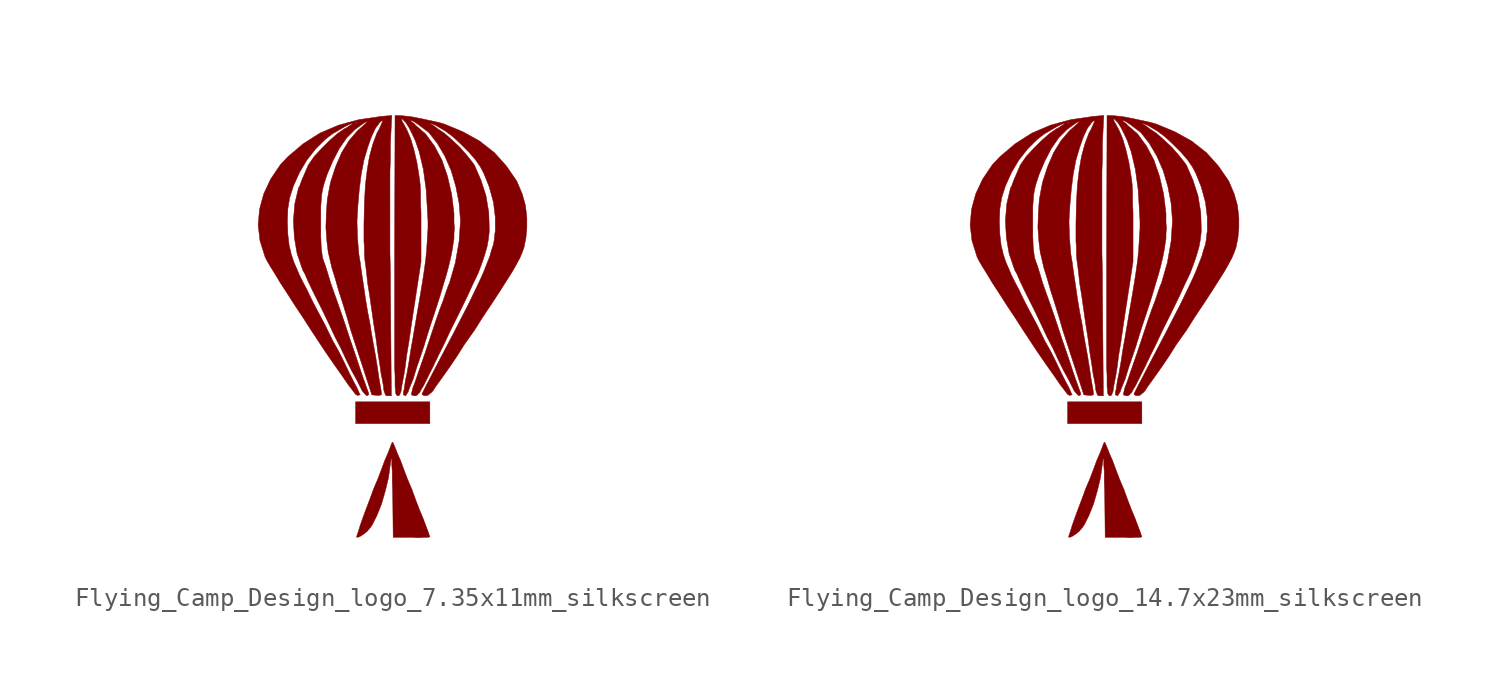
<source format=kicad_sym>
(kicad_symbol_lib
  (version 20201005)
  (generator kicad_symbol_editor)
  (symbol "Flying_Camp_Design:Flying_Camp_Design_logo_7.35x11mm_silkscreen"
    (pin_names
      (offset 1.016))
    (property "Reference" "LOGO"
      (at 0 -14.478 0)
      (effects (font (size 1.524 1.524)) hide))
    (symbol "Flying_Camp_Design_logo_7.35x11mm_silkscreen_0_0"
      (polyline (pts (xy 2.032 -4.14) (xy -2.032 -4.14) (xy -2.032 -5.334) (xy 2.032 -5.334) (xy 2.032 -4.14)) (stroke (width 0.025)) (fill (type outline)))
      (polyline (pts (xy 1.727 -11.557) (xy 1.93 -11.557) (xy 2.032 -11.532) (xy 1.93 -11.227) (xy 1.803 -10.897) (xy 1.651 -10.49) (xy 1.448 -10.008) (xy 1.245 -9.474) (xy 1.041 -8.915) (xy 0.813 -8.382) (xy 0.61 -7.849) (xy 0.432 -7.366) (xy 0.254 -6.96) (xy 0.127 -6.629) (xy 0.025 -6.401) (xy 0 -6.35) (xy -0.051 -6.401) (xy -0.127 -6.604) (xy -0.254 -6.934) (xy -0.432 -7.341) (xy -0.61 -7.823) (xy -0.813 -8.357) (xy -1.041 -8.89) (xy -1.245 -9.449) (xy -1.448 -9.982) (xy -1.626 -10.465) (xy -1.778 -10.897) (xy -1.88 -11.227) (xy -1.981 -11.532) (xy -1.956 -11.557) (xy -1.829 -11.532) (xy -1.626 -11.405) (xy -1.422 -11.252) (xy -1.245 -11.049) (xy -1.118 -10.871) (xy -0.864 -10.363) (xy -0.61 -9.728) (xy -0.406 -9.017) (xy -0.229 -8.28) (xy -0.127 -7.518) (xy -0.102 -7.366) (xy -0.102 -7.264) (xy -0.076 -7.264) (xy -0.051 -7.366) (xy -0.051 -7.595) (xy -0.025 -7.976) (xy -0.025 -8.484) (xy 0 -9.169) (xy 0.025 -11.557) (xy 1.016 -11.557) (xy 1.397 -11.582) (xy 1.727 -11.557)) (stroke (width 0.025)) (fill (type outline)))
      (polyline (pts (xy -0.127 2.311) (xy -0.127 2.946) (xy -0.152 3.988) (xy -0.152 8.509) (xy -0.127 9.144) (xy -0.127 9.982) (xy -0.051 11.532) (xy -0.635 11.481) (xy -1.854 11.303) (xy -2.413 11.151) (xy -2.032 11.151) (xy -2.007 11.176) (xy -1.956 11.151) (xy -2.007 11.1) (xy -2.032 11.151) (xy -2.413 11.151) (xy -2.972 10.998) (xy -3.988 10.566) (xy -4.902 9.982) (xy -5.74 9.271) (xy -6.147 8.839) (xy -6.68 8.052) (xy -7.061 7.239) (xy -7.29 6.401) (xy -7.366 5.537) (xy -7.264 4.674) (xy -6.985 3.785) (xy -6.883 3.581) (xy -6.706 3.277) (xy -6.452 2.87) (xy -6.147 2.362) (xy -5.766 1.778) (xy -5.359 1.143) (xy -4.902 0.457) (xy -4.445 -0.254) (xy -4.293 -0.483) (xy -3.708 -1.372) (xy -3.2 -2.108) (xy -2.769 -2.718) (xy -2.438 -3.2) (xy -2.184 -3.531) (xy -2.032 -3.734) (xy -1.93 -3.785) (xy -1.854 -3.785) (xy -1.778 -3.734) (xy -1.803 -3.734) (xy -1.854 -3.607) (xy -1.956 -3.378) (xy -2.159 -2.997) (xy -2.388 -2.54) (xy -2.642 -2.007) (xy -2.946 -1.397) (xy -3.302 -0.762) (xy -3.708 0.076) (xy -4.115 0.838) (xy -4.445 1.473) (xy -4.699 2.007) (xy -4.928 2.438) (xy -5.105 2.794) (xy -5.232 3.099) (xy -5.334 3.327) (xy -5.41 3.505) (xy -5.563 3.962) (xy -5.588 4.115) (xy -5.664 4.369) (xy -5.74 5.029) (xy -5.766 5.74) (xy -5.74 6.426) (xy -5.639 7.036) (xy -5.436 7.671) (xy -5.105 8.407) (xy -4.699 9.093) (xy -4.216 9.703) (xy -3.734 10.185) (xy -3.581 10.312) (xy -3.277 10.541) (xy -2.921 10.744) (xy -2.616 10.922) (xy -2.362 11.049) (xy -2.21 11.1) (xy -2.235 11.049) (xy -2.362 10.973) (xy -2.591 10.82) (xy -2.616 10.82) (xy -3.023 10.541) (xy -3.454 10.16) (xy -3.886 9.728) (xy -4.293 9.296) (xy -4.572 8.89) (xy -4.623 8.814) (xy -4.775 8.458) (xy -4.953 8.052) (xy -5.105 7.645) (xy -5.156 7.569) (xy -5.359 6.706) (xy -5.436 5.791) (xy -5.385 4.851) (xy -5.232 3.962) (xy -4.953 3.15) (xy -4.928 3.073) (xy -4.801 2.845) (xy -4.648 2.489) (xy -4.42 2.007) (xy -3.835 0.838) (xy -3.505 0.152) (xy -3.175 -0.559) (xy -2.845 -1.194) (xy -2.515 -1.905) (xy -2.235 -2.464) (xy -1.981 -2.921) (xy -1.676 -3.531) (xy -1.549 -3.683) (xy -1.422 -3.81) (xy -1.321 -3.759) (xy -1.321 -3.658) (xy -1.397 -3.454) (xy -1.524 -3.099) (xy -1.676 -2.667) (xy -2.057 -1.524) (xy -2.286 -0.864) (xy -2.743 0.508) (xy -2.972 1.168) (xy -3.2 1.803) (xy -3.404 2.388) (xy -3.556 2.896) (xy -3.683 3.302) (xy -3.785 3.581) (xy -3.835 3.734) (xy -3.861 3.886) (xy -3.912 4.293) (xy -3.937 4.902) (xy -3.937 6.553) (xy -3.912 6.909) (xy -3.886 7.214) (xy -3.835 7.493) (xy -3.759 7.798) (xy -3.581 8.331) (xy -3.277 9.042) (xy -2.921 9.728) (xy -2.515 10.312) (xy -2.057 10.77) (xy -1.6 11.1) (xy -1.524 11.151) (xy -1.372 11.201) (xy -1.473 11.1) (xy -1.93 10.693) (xy -2.388 10.16) (xy -2.794 9.5) (xy -3.124 8.738) (xy -3.404 7.874) (xy -3.454 7.62) (xy -3.581 6.934) (xy -3.632 6.198) (xy -3.658 5.41) (xy -3.607 4.674) (xy -3.531 4.039) (xy -3.505 3.937) (xy -3.429 3.607) (xy -3.327 3.175) (xy -3.15 2.616) (xy -2.972 1.981) (xy -2.743 1.27) (xy -2.515 0.533) (xy -2.286 -0.254) (xy -1.143 -3.759) (xy -0.889 -3.785) (xy -0.686 -3.785) (xy -0.61 -3.734) (xy -0.61 -3.708) (xy -0.635 -3.531) (xy -0.686 -3.226) (xy -0.762 -2.794) (xy -0.838 -2.261) (xy -0.94 -1.626) (xy -1.067 -0.94) (xy -1.194 -0.203) (xy -1.219 0) (xy -1.372 0.787) (xy -1.499 1.549) (xy -1.6 2.261) (xy -1.702 2.921) (xy -1.778 3.48) (xy -1.854 3.937) (xy -1.88 4.242) (xy -1.93 4.877) (xy -1.956 5.74) (xy -1.905 6.629) (xy -1.829 7.493) (xy -1.727 8.306) (xy -1.575 9.093) (xy -1.372 9.779) (xy -1.168 10.363) (xy -0.94 10.846) (xy -0.686 11.176) (xy -0.61 11.227) (xy -0.559 11.252) (xy -0.559 11.201) (xy -0.635 11.024) (xy -0.762 10.744) (xy -0.864 10.566) (xy -1.092 9.957) (xy -1.27 9.296) (xy -1.397 8.56) (xy -1.499 7.696) (xy -1.549 6.731) (xy -1.575 5.588) (xy -1.575 4.648) (xy -1.549 4.293) (xy -1.549 3.962) (xy -1.524 3.607) (xy -1.473 3.251) (xy -1.422 2.819) (xy -1.372 2.337) (xy -1.27 1.727) (xy -1.041 0.127) (xy -0.914 -0.686) (xy -0.813 -1.448) (xy -0.711 -2.083) (xy -0.635 -2.616) (xy -0.559 -2.997) (xy -0.508 -3.302) (xy -0.483 -3.531) (xy -0.432 -3.658) (xy -0.406 -3.759) (xy -0.381 -3.785) (xy -0.33 -3.81) (xy -0.076 -3.81) (xy -0.127 2.311)) (stroke (width 0.025)) (fill (type outline)))
      (polyline (pts (xy 0.356 -3.785) (xy 0.381 -3.759) (xy 0.406 -3.683) (xy 0.457 -3.556) (xy 0.483 -3.353) (xy 0.533 -3.073) (xy 0.61 -2.692) (xy 0.686 -2.21) (xy 0.762 -1.6) (xy 0.889 -0.838) (xy 1.016 0.051) (xy 1.549 3.531) (xy 1.549 6.172) (xy 1.524 6.807) (xy 1.524 7.341) (xy 1.499 7.798) (xy 1.448 8.179) (xy 1.397 8.509) (xy 1.321 8.966) (xy 1.168 9.627) (xy 0.991 10.236) (xy 0.787 10.719) (xy 0.61 11.049) (xy 0.533 11.176) (xy 0.483 11.303) (xy 0.508 11.354) (xy 0.711 11.151) (xy 0.889 10.871) (xy 1.067 10.516) (xy 1.245 10.135) (xy 1.372 9.754) (xy 1.448 9.55) (xy 1.676 8.585) (xy 1.829 7.468) (xy 1.905 6.223) (xy 1.905 6.172) (xy 1.93 5.74) (xy 1.93 5.359) (xy 1.905 4.978) (xy 1.88 4.572) (xy 1.854 4.115) (xy 1.803 3.632) (xy 1.727 3.073) (xy 1.626 2.413) (xy 1.499 1.651) (xy 1.346 0.762) (xy 1.168 -0.279) (xy 1.118 -0.584) (xy 0.991 -1.295) (xy 0.889 -1.956) (xy 0.787 -2.54) (xy 0.686 -3.023) (xy 0.635 -3.404) (xy 0.584 -3.632) (xy 0.584 -3.759) (xy 0.711 -3.81) (xy 0.737 -3.759) (xy 0.838 -3.607) (xy 0.94 -3.327) (xy 1.118 -2.896) (xy 1.295 -2.311) (xy 1.549 -1.575) (xy 1.676 -1.194) (xy 2.007 -0.127) (xy 2.311 0.787) (xy 2.565 1.575) (xy 2.769 2.261) (xy 2.946 2.845) (xy 3.073 3.327) (xy 3.175 3.759) (xy 3.251 4.14) (xy 3.302 4.47) (xy 3.353 4.775) (xy 3.353 5.055) (xy 3.378 5.359) (xy 3.353 5.664) (xy 3.353 6.172) (xy 3.226 7.214) (xy 2.997 8.204) (xy 2.692 9.093) (xy 2.286 9.855) (xy 1.803 10.516) (xy 1.219 11.024) (xy 1.219 11.049) (xy 1.016 11.201) (xy 0.965 11.252) (xy 1.041 11.252) (xy 1.194 11.176) (xy 1.448 10.998) (xy 1.981 10.592) (xy 2.438 10.008) (xy 2.845 9.322) (xy 3.2 8.509) (xy 3.454 7.645) (xy 3.632 6.731) (xy 3.708 5.766) (xy 3.632 4.648) (xy 3.429 3.48) (xy 3.099 2.337) (xy 3.048 2.235) (xy 2.921 1.88) (xy 2.769 1.422) (xy 2.565 0.889) (xy 2.362 0.305) (xy 1.753 -1.524) (xy 1.549 -2.108) (xy 1.372 -2.616) (xy 1.219 -3.073) (xy 1.092 -3.404) (xy 1.041 -3.632) (xy 1.016 -3.734) (xy 1.067 -3.785) (xy 1.219 -3.81) (xy 1.27 -3.81) (xy 1.321 -3.785) (xy 1.473 -3.632) (xy 1.549 -3.48) (xy 1.676 -3.277) (xy 2.21 -2.21) (xy 2.464 -1.676) (xy 2.794 -1.016) (xy 3.15 -0.254) (xy 3.607 0.66) (xy 4.115 1.702) (xy 4.369 2.261) (xy 4.674 2.896) (xy 4.877 3.429) (xy 5.029 3.886) (xy 5.156 4.318) (xy 5.232 4.724) (xy 5.283 5.156) (xy 5.283 5.359) (xy 5.258 6.223) (xy 5.105 7.137) (xy 4.826 8.001) (xy 4.47 8.814) (xy 4.343 8.992) (xy 4.039 9.373) (xy 3.658 9.804) (xy 3.226 10.211) (xy 2.819 10.566) (xy 2.438 10.82) (xy 2.311 10.922) (xy 2.108 11.049) (xy 2.057 11.1) (xy 2.134 11.074) (xy 2.337 10.998) (xy 2.642 10.82) (xy 2.896 10.668) (xy 3.302 10.363) (xy 3.734 9.957) (xy 4.166 9.525) (xy 4.521 9.119) (xy 4.801 8.712) (xy 4.978 8.382) (xy 5.283 7.62) (xy 5.512 6.782) (xy 5.613 5.969) (xy 5.613 5.182) (xy 5.588 5.055) (xy 5.563 4.775) (xy 5.512 4.47) (xy 5.41 4.166) (xy 5.309 3.81) (xy 5.156 3.429) (xy 4.978 2.972) (xy 4.75 2.464) (xy 4.47 1.88) (xy 4.14 1.194) (xy 3.734 0.406) (xy 3.277 -0.483) (xy 2.743 -1.499) (xy 2.134 -2.667) (xy 2.083 -2.769) (xy 1.88 -3.15) (xy 1.626 -3.658) (xy 1.6 -3.734) (xy 1.676 -3.785) (xy 1.829 -3.81) (xy 1.854 -3.785) (xy 1.93 -3.785) (xy 1.981 -3.734) (xy 2.083 -3.658) (xy 2.21 -3.531) (xy 2.337 -3.327) (xy 2.54 -3.048) (xy 2.794 -2.692) (xy 3.099 -2.261) (xy 3.48 -1.702) (xy 3.912 -1.016) (xy 4.47 -0.229) (xy 4.953 0.533) (xy 5.461 1.295) (xy 5.893 1.956) (xy 6.248 2.515) (xy 6.553 2.997) (xy 6.782 3.404) (xy 6.96 3.734) (xy 7.087 4.039) (xy 7.188 4.318) (xy 7.29 4.826) (xy 7.341 5.385) (xy 7.341 5.944) (xy 7.264 6.604) (xy 7.087 7.239) (xy 6.807 7.899) (xy 6.782 7.95) (xy 6.223 8.763) (xy 5.563 9.5) (xy 4.75 10.135) (xy 3.835 10.643) (xy 2.794 11.074) (xy 2.515 11.151) (xy 2.057 11.252) (xy 1.575 11.354) (xy 1.067 11.455) (xy 0.635 11.506) (xy 0.33 11.532) (xy 0.127 11.532) (xy 0.102 3.861) (xy 0.102 -2.261) (xy 0.127 -2.692) (xy 0.127 -3.302) (xy 0.152 -3.505) (xy 0.152 -3.632) (xy 0.178 -3.708) (xy 0.203 -3.759) (xy 0.254 -3.81) (xy 0.305 -3.81) (xy 0.356 -3.785)) (stroke (width 0.025)) (fill (type outline)))))
  (symbol "Flying_Camp_Design:Flying_Camp_Design_logo_14.7x23mm_silkscreen"
    (pin_names
      (offset 1.016))
    (property "Reference" "LOGO"
      (at 0 -14.478 0)
      (effects (font (size 1.524 1.524)) hide))
    (symbol "Flying_Camp_Design_logo_14.7x23mm_silkscreen_0_0"
      (polyline (pts (xy 2.032 -4.14) (xy -2.032 -4.14) (xy -2.032 -5.334) (xy 2.032 -5.334) (xy 2.032 -4.14)) (stroke (width 0.025)) (fill (type outline)))
      (polyline (pts (xy 1.727 -11.557) (xy 1.93 -11.557) (xy 2.032 -11.532) (xy 1.93 -11.227) (xy 1.803 -10.897) (xy 1.651 -10.49) (xy 1.448 -10.008) (xy 1.245 -9.474) (xy 1.041 -8.915) (xy 0.813 -8.382) (xy 0.61 -7.849) (xy 0.432 -7.366) (xy 0.254 -6.96) (xy 0.127 -6.629) (xy 0.025 -6.401) (xy 0 -6.35) (xy -0.051 -6.401) (xy -0.127 -6.604) (xy -0.254 -6.934) (xy -0.432 -7.341) (xy -0.61 -7.823) (xy -0.813 -8.357) (xy -1.041 -8.89) (xy -1.245 -9.449) (xy -1.448 -9.982) (xy -1.626 -10.465) (xy -1.778 -10.897) (xy -1.88 -11.227) (xy -1.981 -11.532) (xy -1.956 -11.557) (xy -1.829 -11.532) (xy -1.626 -11.405) (xy -1.422 -11.252) (xy -1.245 -11.049) (xy -1.118 -10.871) (xy -0.864 -10.363) (xy -0.61 -9.728) (xy -0.406 -9.017) (xy -0.229 -8.28) (xy -0.127 -7.518) (xy -0.102 -7.366) (xy -0.102 -7.264) (xy -0.076 -7.264) (xy -0.051 -7.366) (xy -0.051 -7.595) (xy -0.025 -7.976) (xy -0.025 -8.484) (xy 0 -9.169) (xy 0.025 -11.557) (xy 1.016 -11.557) (xy 1.397 -11.582) (xy 1.727 -11.557)) (stroke (width 0.025)) (fill (type outline)))
      (polyline (pts (xy -0.127 2.311) (xy -0.127 2.946) (xy -0.152 3.988) (xy -0.152 8.509) (xy -0.127 9.144) (xy -0.127 9.982) (xy -0.051 11.532) (xy -0.635 11.481) (xy -1.854 11.303) (xy -2.413 11.151) (xy -2.032 11.151) (xy -2.007 11.176) (xy -1.956 11.151) (xy -2.007 11.1) (xy -2.032 11.151) (xy -2.413 11.151) (xy -2.972 10.998) (xy -3.988 10.566) (xy -4.902 9.982) (xy -5.74 9.271) (xy -6.147 8.839) (xy -6.68 8.052) (xy -7.061 7.239) (xy -7.29 6.401) (xy -7.366 5.537) (xy -7.264 4.674) (xy -6.985 3.785) (xy -6.883 3.581) (xy -6.706 3.277) (xy -6.452 2.87) (xy -6.147 2.362) (xy -5.766 1.778) (xy -5.359 1.143) (xy -4.902 0.457) (xy -4.445 -0.254) (xy -4.293 -0.483) (xy -3.708 -1.372) (xy -3.2 -2.108) (xy -2.769 -2.718) (xy -2.438 -3.2) (xy -2.184 -3.531) (xy -2.032 -3.734) (xy -1.93 -3.785) (xy -1.854 -3.785) (xy -1.778 -3.734) (xy -1.803 -3.734) (xy -1.854 -3.607) (xy -1.956 -3.378) (xy -2.159 -2.997) (xy -2.388 -2.54) (xy -2.642 -2.007) (xy -2.946 -1.397) (xy -3.302 -0.762) (xy -3.708 0.076) (xy -4.115 0.838) (xy -4.445 1.473) (xy -4.699 2.007) (xy -4.928 2.438) (xy -5.105 2.794) (xy -5.232 3.099) (xy -5.334 3.327) (xy -5.41 3.505) (xy -5.563 3.962) (xy -5.588 4.115) (xy -5.664 4.369) (xy -5.74 5.029) (xy -5.766 5.74) (xy -5.74 6.426) (xy -5.639 7.036) (xy -5.436 7.671) (xy -5.105 8.407) (xy -4.699 9.093) (xy -4.216 9.703) (xy -3.734 10.185) (xy -3.581 10.312) (xy -3.277 10.541) (xy -2.921 10.744) (xy -2.616 10.922) (xy -2.362 11.049) (xy -2.21 11.1) (xy -2.235 11.049) (xy -2.362 10.973) (xy -2.591 10.82) (xy -2.616 10.82) (xy -3.023 10.541) (xy -3.454 10.16) (xy -3.886 9.728) (xy -4.293 9.296) (xy -4.572 8.89) (xy -4.623 8.814) (xy -4.775 8.458) (xy -4.953 8.052) (xy -5.105 7.645) (xy -5.156 7.569) (xy -5.359 6.706) (xy -5.436 5.791) (xy -5.385 4.851) (xy -5.232 3.962) (xy -4.953 3.15) (xy -4.928 3.073) (xy -4.801 2.845) (xy -4.648 2.489) (xy -4.42 2.007) (xy -3.835 0.838) (xy -3.505 0.152) (xy -3.175 -0.559) (xy -2.845 -1.194) (xy -2.515 -1.905) (xy -2.235 -2.464) (xy -1.981 -2.921) (xy -1.676 -3.531) (xy -1.549 -3.683) (xy -1.422 -3.81) (xy -1.321 -3.759) (xy -1.321 -3.658) (xy -1.397 -3.454) (xy -1.524 -3.099) (xy -1.676 -2.667) (xy -2.057 -1.524) (xy -2.286 -0.864) (xy -2.743 0.508) (xy -2.972 1.168) (xy -3.2 1.803) (xy -3.404 2.388) (xy -3.556 2.896) (xy -3.683 3.302) (xy -3.785 3.581) (xy -3.835 3.734) (xy -3.861 3.886) (xy -3.912 4.293) (xy -3.937 4.902) (xy -3.937 6.553) (xy -3.912 6.909) (xy -3.886 7.214) (xy -3.835 7.493) (xy -3.759 7.798) (xy -3.581 8.331) (xy -3.277 9.042) (xy -2.921 9.728) (xy -2.515 10.312) (xy -2.057 10.77) (xy -1.6 11.1) (xy -1.524 11.151) (xy -1.372 11.201) (xy -1.473 11.1) (xy -1.93 10.693) (xy -2.388 10.16) (xy -2.794 9.5) (xy -3.124 8.738) (xy -3.404 7.874) (xy -3.454 7.62) (xy -3.581 6.934) (xy -3.632 6.198) (xy -3.658 5.41) (xy -3.607 4.674) (xy -3.531 4.039) (xy -3.505 3.937) (xy -3.429 3.607) (xy -3.327 3.175) (xy -3.15 2.616) (xy -2.972 1.981) (xy -2.743 1.27) (xy -2.515 0.533) (xy -2.286 -0.254) (xy -1.143 -3.759) (xy -0.889 -3.785) (xy -0.686 -3.785) (xy -0.61 -3.734) (xy -0.61 -3.708) (xy -0.635 -3.531) (xy -0.686 -3.226) (xy -0.762 -2.794) (xy -0.838 -2.261) (xy -0.94 -1.626) (xy -1.067 -0.94) (xy -1.194 -0.203) (xy -1.219 0) (xy -1.372 0.787) (xy -1.499 1.549) (xy -1.6 2.261) (xy -1.702 2.921) (xy -1.778 3.48) (xy -1.854 3.937) (xy -1.88 4.242) (xy -1.93 4.877) (xy -1.956 5.74) (xy -1.905 6.629) (xy -1.829 7.493) (xy -1.727 8.306) (xy -1.575 9.093) (xy -1.372 9.779) (xy -1.168 10.363) (xy -0.94 10.846) (xy -0.686 11.176) (xy -0.61 11.227) (xy -0.559 11.252) (xy -0.559 11.201) (xy -0.635 11.024) (xy -0.762 10.744) (xy -0.864 10.566) (xy -1.092 9.957) (xy -1.27 9.296) (xy -1.397 8.56) (xy -1.499 7.696) (xy -1.549 6.731) (xy -1.575 5.588) (xy -1.575 4.648) (xy -1.549 4.293) (xy -1.549 3.962) (xy -1.524 3.607) (xy -1.473 3.251) (xy -1.422 2.819) (xy -1.372 2.337) (xy -1.27 1.727) (xy -1.041 0.127) (xy -0.914 -0.686) (xy -0.813 -1.448) (xy -0.711 -2.083) (xy -0.635 -2.616) (xy -0.559 -2.997) (xy -0.508 -3.302) (xy -0.483 -3.531) (xy -0.432 -3.658) (xy -0.406 -3.759) (xy -0.381 -3.785) (xy -0.33 -3.81) (xy -0.076 -3.81) (xy -0.127 2.311)) (stroke (width 0.025)) (fill (type outline)))
      (polyline (pts (xy 0.356 -3.785) (xy 0.381 -3.759) (xy 0.406 -3.683) (xy 0.457 -3.556) (xy 0.483 -3.353) (xy 0.533 -3.073) (xy 0.61 -2.692) (xy 0.686 -2.21) (xy 0.762 -1.6) (xy 0.889 -0.838) (xy 1.016 0.051) (xy 1.549 3.531) (xy 1.549 6.172) (xy 1.524 6.807) (xy 1.524 7.341) (xy 1.499 7.798) (xy 1.448 8.179) (xy 1.397 8.509) (xy 1.321 8.966) (xy 1.168 9.627) (xy 0.991 10.236) (xy 0.787 10.719) (xy 0.61 11.049) (xy 0.533 11.176) (xy 0.483 11.303) (xy 0.508 11.354) (xy 0.711 11.151) (xy 0.889 10.871) (xy 1.067 10.516) (xy 1.245 10.135) (xy 1.372 9.754) (xy 1.448 9.55) (xy 1.676 8.585) (xy 1.829 7.468) (xy 1.905 6.223) (xy 1.905 6.172) (xy 1.93 5.74) (xy 1.93 5.359) (xy 1.905 4.978) (xy 1.88 4.572) (xy 1.854 4.115) (xy 1.803 3.632) (xy 1.727 3.073) (xy 1.626 2.413) (xy 1.499 1.651) (xy 1.346 0.762) (xy 1.168 -0.279) (xy 1.118 -0.584) (xy 0.991 -1.295) (xy 0.889 -1.956) (xy 0.787 -2.54) (xy 0.686 -3.023) (xy 0.635 -3.404) (xy 0.584 -3.632) (xy 0.584 -3.759) (xy 0.711 -3.81) (xy 0.737 -3.759) (xy 0.838 -3.607) (xy 0.94 -3.327) (xy 1.118 -2.896) (xy 1.295 -2.311) (xy 1.549 -1.575) (xy 1.676 -1.194) (xy 2.007 -0.127) (xy 2.311 0.787) (xy 2.565 1.575) (xy 2.769 2.261) (xy 2.946 2.845) (xy 3.073 3.327) (xy 3.175 3.759) (xy 3.251 4.14) (xy 3.302 4.47) (xy 3.353 4.775) (xy 3.353 5.055) (xy 3.378 5.359) (xy 3.353 5.664) (xy 3.353 6.172) (xy 3.226 7.214) (xy 2.997 8.204) (xy 2.692 9.093) (xy 2.286 9.855) (xy 1.803 10.516) (xy 1.219 11.024) (xy 1.219 11.049) (xy 1.016 11.201) (xy 0.965 11.252) (xy 1.041 11.252) (xy 1.194 11.176) (xy 1.448 10.998) (xy 1.981 10.592) (xy 2.438 10.008) (xy 2.845 9.322) (xy 3.2 8.509) (xy 3.454 7.645) (xy 3.632 6.731) (xy 3.708 5.766) (xy 3.632 4.648) (xy 3.429 3.48) (xy 3.099 2.337) (xy 3.048 2.235) (xy 2.921 1.88) (xy 2.769 1.422) (xy 2.565 0.889) (xy 2.362 0.305) (xy 1.753 -1.524) (xy 1.549 -2.108) (xy 1.372 -2.616) (xy 1.219 -3.073) (xy 1.092 -3.404) (xy 1.041 -3.632) (xy 1.016 -3.734) (xy 1.067 -3.785) (xy 1.219 -3.81) (xy 1.27 -3.81) (xy 1.321 -3.785) (xy 1.473 -3.632) (xy 1.549 -3.48) (xy 1.676 -3.277) (xy 2.21 -2.21) (xy 2.464 -1.676) (xy 2.794 -1.016) (xy 3.15 -0.254) (xy 3.607 0.66) (xy 4.115 1.702) (xy 4.369 2.261) (xy 4.674 2.896) (xy 4.877 3.429) (xy 5.029 3.886) (xy 5.156 4.318) (xy 5.232 4.724) (xy 5.283 5.156) (xy 5.283 5.359) (xy 5.258 6.223) (xy 5.105 7.137) (xy 4.826 8.001) (xy 4.47 8.814) (xy 4.343 8.992) (xy 4.039 9.373) (xy 3.658 9.804) (xy 3.226 10.211) (xy 2.819 10.566) (xy 2.438 10.82) (xy 2.311 10.922) (xy 2.108 11.049) (xy 2.057 11.1) (xy 2.134 11.074) (xy 2.337 10.998) (xy 2.642 10.82) (xy 2.896 10.668) (xy 3.302 10.363) (xy 3.734 9.957) (xy 4.166 9.525) (xy 4.521 9.119) (xy 4.801 8.712) (xy 4.978 8.382) (xy 5.283 7.62) (xy 5.512 6.782) (xy 5.613 5.969) (xy 5.613 5.182) (xy 5.588 5.055) (xy 5.563 4.775) (xy 5.512 4.47) (xy 5.41 4.166) (xy 5.309 3.81) (xy 5.156 3.429) (xy 4.978 2.972) (xy 4.75 2.464) (xy 4.47 1.88) (xy 4.14 1.194) (xy 3.734 0.406) (xy 3.277 -0.483) (xy 2.743 -1.499) (xy 2.134 -2.667) (xy 2.083 -2.769) (xy 1.88 -3.15) (xy 1.626 -3.658) (xy 1.6 -3.734) (xy 1.676 -3.785) (xy 1.829 -3.81) (xy 1.854 -3.785) (xy 1.93 -3.785) (xy 1.981 -3.734) (xy 2.083 -3.658) (xy 2.21 -3.531) (xy 2.337 -3.327) (xy 2.54 -3.048) (xy 2.794 -2.692) (xy 3.099 -2.261) (xy 3.48 -1.702) (xy 3.912 -1.016) (xy 4.47 -0.229) (xy 4.953 0.533) (xy 5.461 1.295) (xy 5.893 1.956) (xy 6.248 2.515) (xy 6.553 2.997) (xy 6.782 3.404) (xy 6.96 3.734) (xy 7.087 4.039) (xy 7.188 4.318) (xy 7.29 4.826) (xy 7.341 5.385) (xy 7.341 5.944) (xy 7.264 6.604) (xy 7.087 7.239) (xy 6.807 7.899) (xy 6.782 7.95) (xy 6.223 8.763) (xy 5.563 9.5) (xy 4.75 10.135) (xy 3.835 10.643) (xy 2.794 11.074) (xy 2.515 11.151) (xy 2.057 11.252) (xy 1.575 11.354) (xy 1.067 11.455) (xy 0.635 11.506) (xy 0.33 11.532) (xy 0.127 11.532) (xy 0.102 3.861) (xy 0.102 -2.261) (xy 0.127 -2.692) (xy 0.127 -3.302) (xy 0.152 -3.505) (xy 0.152 -3.632) (xy 0.178 -3.708) (xy 0.203 -3.759) (xy 0.254 -3.81) (xy 0.305 -3.81) (xy 0.356 -3.785)) (stroke (width 0.025)) (fill (type outline))))))
</source>
